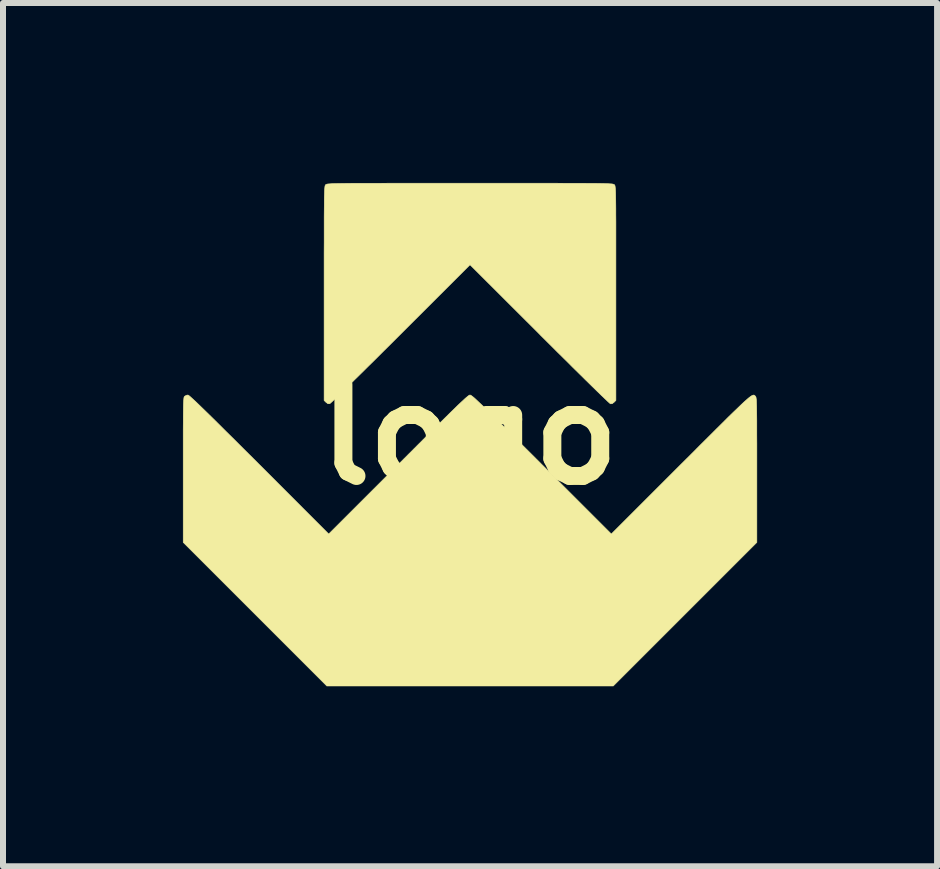
<source format=kicad_pcb>
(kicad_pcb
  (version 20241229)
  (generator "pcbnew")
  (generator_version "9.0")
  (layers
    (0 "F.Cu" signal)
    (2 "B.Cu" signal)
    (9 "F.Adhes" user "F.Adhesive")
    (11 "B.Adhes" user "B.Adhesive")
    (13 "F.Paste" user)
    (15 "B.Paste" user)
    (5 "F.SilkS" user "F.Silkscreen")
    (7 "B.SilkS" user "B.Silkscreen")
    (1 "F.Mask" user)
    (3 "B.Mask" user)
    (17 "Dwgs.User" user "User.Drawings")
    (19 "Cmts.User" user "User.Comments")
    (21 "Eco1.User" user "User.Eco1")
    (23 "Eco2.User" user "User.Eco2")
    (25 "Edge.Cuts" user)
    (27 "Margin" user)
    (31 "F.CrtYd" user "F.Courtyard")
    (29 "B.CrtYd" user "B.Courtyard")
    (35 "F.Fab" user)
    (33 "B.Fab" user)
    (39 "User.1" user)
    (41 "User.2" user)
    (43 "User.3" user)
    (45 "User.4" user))
  (footprint "logo"
    (layer "F.Cu")
    (at 4.78 4.196)
    (property "Reference" "logo" (at 0 0 0) (layer "F.SilkS") (effects (font (size 1.524 1.524) (thickness 0.3))))
    (attr through_hole)
    (fp_poly (pts (xy -4.69 -0.657) (xy -4.673 -0.645) (xy -4.649 -0.624) (xy -4.615 -0.593) (xy -4.571 -0.553) (xy -4.517 -0.501) (xy -4.451 -0.437) (xy -4.373 -0.361) (xy -4.282 -0.272) (xy -4.178 -0.169) (xy -4.059 -0.05) (xy -3.924 0.083) (xy -3.774 0.233) (xy -3.607 0.399) (xy -3.508 0.498) (xy -2.35 1.657) (xy -1.19 0.498) (xy -1.021 0.329) (xy -0.868 0.176) (xy -0.731 0.039) (xy -0.609 -0.082) (xy -0.502 -0.188) (xy -0.408 -0.281) (xy -0.326 -0.362) (xy -0.256 -0.43) (xy -0.197 -0.488) (xy -0.147 -0.535) (xy -0.106 -0.573) (xy -0.073 -0.604) (xy -0.047 -0.626) (xy -0.027 -0.642) (xy -0.012 -0.653) (xy -0.001 -0.659) (xy 0.006 -0.66) (xy 0.006 -0.66) (xy 0.013 -0.659) (xy 0.024 -0.653) (xy 0.038 -0.643) (xy 0.058 -0.628) (xy 0.084 -0.606) (xy 0.116 -0.576) (xy 0.156 -0.538) (xy 0.205 -0.492) (xy 0.264 -0.435) (xy 0.333 -0.367) (xy 0.414 -0.288) (xy 0.507 -0.196) (xy 0.613 -0.091) (xy 0.733 0.029) (xy 0.869 0.165) (xy 1.021 0.316) (xy 1.189 0.484) (xy 1.203 0.498) (xy 2.362 1.657) (xy 3.521 0.498) (xy 3.692 0.328) (xy 3.845 0.174) (xy 3.983 0.037) (xy 4.105 -0.085) (xy 4.213 -0.192) (xy 4.307 -0.286) (xy 4.39 -0.367) (xy 4.461 -0.435) (xy 4.521 -0.493) (xy 4.572 -0.541) (xy 4.615 -0.579) (xy 4.649 -0.609) (xy 4.677 -0.631) (xy 4.699 -0.646) (xy 4.717 -0.655) (xy 4.73 -0.659) (xy 4.74 -0.659) (xy 4.749 -0.655) (xy 4.756 -0.649) (xy 4.763 -0.641) (xy 4.767 -0.637) (xy 4.77 -0.632) (xy 4.774 -0.623) (xy 4.776 -0.608) (xy 4.779 -0.588) (xy 4.781 -0.559) (xy 4.782 -0.52) (xy 4.784 -0.47) (xy 4.785 -0.408) (xy 4.786 -0.331) (xy 4.787 -0.238) (xy 4.787 -0.129) (xy 4.787 -0.000238) (xy 4.788 0.149) (xy 4.788 0.319) (xy 4.788 0.513) (xy 4.788 0.592) (xy 4.788 1.797) (xy 3.591 2.994) (xy 2.394 4.191) (xy -2.381 4.191) (xy -3.578 2.994) (xy -4.775 1.797) (xy -4.775 0.589) (xy -4.775 0.387) (xy -4.775 0.209) (xy -4.775 0.052) (xy -4.775 -0.083) (xy -4.774 -0.199) (xy -4.774 -0.297) (xy -4.773 -0.379) (xy -4.772 -0.447) (xy -4.771 -0.501) (xy -4.769 -0.543) (xy -4.767 -0.576) (xy -4.765 -0.6) (xy -4.763 -0.616) (xy -4.76 -0.627) (xy -4.756 -0.634) (xy -4.752 -0.639) (xy -4.752 -0.639) (xy -4.721 -0.656) (xy -4.698 -0.66) (xy -4.69 -0.657)) (stroke (width 0.01) (type solid)) (fill yes) (layer "F.SilkS"))
    (fp_poly (pts (xy 0.295 -4.191) (xy 0.559 -4.191) (xy 0.801 -4.191) (xy 1.02 -4.191) (xy 1.218 -4.191) (xy 1.395 -4.191) (xy 1.555 -4.19) (xy 1.696 -4.19) (xy 1.82 -4.19) (xy 1.929 -4.189) (xy 2.023 -4.188) (xy 2.104 -4.188) (xy 2.172 -4.187) (xy 2.229 -4.186) (xy 2.276 -4.184) (xy 2.314 -4.183) (xy 2.343 -4.181) (xy 2.366 -4.18) (xy 2.382 -4.178) (xy 2.394 -4.175) (xy 2.402 -4.173) (xy 2.407 -4.17) (xy 2.411 -4.167) (xy 2.413 -4.166) (xy 2.417 -4.162) (xy 2.42 -4.157) (xy 2.423 -4.149) (xy 2.425 -4.138) (xy 2.427 -4.122) (xy 2.429 -4.1) (xy 2.431 -4.071) (xy 2.433 -4.033) (xy 2.434 -3.984) (xy 2.435 -3.925) (xy 2.436 -3.853) (xy 2.437 -3.768) (xy 2.437 -3.668) (xy 2.438 -3.551) (xy 2.438 -3.417) (xy 2.438 -3.265) (xy 2.438 -3.092) (xy 2.438 -2.898) (xy 2.438 -2.682) (xy 2.438 -2.442) (xy 2.438 -2.355) (xy 2.438 -0.57) (xy 2.406 -0.538) (xy 2.376 -0.516) (xy 2.348 -0.514) (xy 2.346 -0.515) (xy 2.334 -0.525) (xy 2.305 -0.551) (xy 2.26 -0.594) (xy 2.2 -0.651) (xy 2.127 -0.722) (xy 2.041 -0.806) (xy 1.944 -0.901) (xy 1.837 -1.007) (xy 1.72 -1.122) (xy 1.596 -1.246) (xy 1.464 -1.376) (xy 1.327 -1.513) (xy 1.184 -1.655) (xy 1.162 -1.678) (xy 0.006 -2.832) (xy -1.149 -1.678) (xy -1.292 -1.535) (xy -1.431 -1.397) (xy -1.563 -1.265) (xy -1.689 -1.141) (xy -1.807 -1.024) (xy -1.916 -0.917) (xy -2.014 -0.82) (xy -2.102 -0.735) (xy -2.177 -0.661) (xy -2.239 -0.602) (xy -2.286 -0.557) (xy -2.318 -0.528) (xy -2.333 -0.515) (xy -2.333 -0.515) (xy -2.362 -0.515) (xy -2.391 -0.536) (xy -2.394 -0.538) (xy -2.426 -0.57) (xy -2.426 -2.355) (xy -2.426 -2.604) (xy -2.426 -2.828) (xy -2.426 -3.029) (xy -2.425 -3.209) (xy -2.425 -3.368) (xy -2.425 -3.508) (xy -2.425 -3.63) (xy -2.424 -3.736) (xy -2.423 -3.826) (xy -2.423 -3.902) (xy -2.422 -3.966) (xy -2.42 -4.018) (xy -2.419 -4.059) (xy -2.417 -4.091) (xy -2.415 -4.116) (xy -2.413 -4.134) (xy -2.411 -4.146) (xy -2.408 -4.155) (xy -2.405 -4.16) (xy -2.402 -4.164) (xy -2.4 -4.166) (xy -2.397 -4.169) (xy -2.393 -4.171) (xy -2.386 -4.174) (xy -2.377 -4.176) (xy -2.363 -4.179) (xy -2.344 -4.18) (xy -2.318 -4.182) (xy -2.285 -4.184) (xy -2.243 -4.185) (xy -2.192 -4.186) (xy -2.13 -4.187) (xy -2.056 -4.188) (xy -1.97 -4.189) (xy -1.869 -4.189) (xy -1.753 -4.19) (xy -1.621 -4.19) (xy -1.472 -4.19) (xy -1.305 -4.191) (xy -1.118 -4.191) (xy -0.91 -4.191) (xy -0.681 -4.191) (xy -0.43 -4.191) (xy -0.155 -4.191) (xy 0.006 -4.191) (xy 0.295 -4.191)) (stroke (width 0.01) (type solid)) (fill yes) (layer "F.SilkS")))
  (gr_rect
    (start -3 -3)
    (end 12.573 11.392)
    (stroke (width 0.1) (type default))
    (fill no)
    (layer "Edge.Cuts")))
</source>
